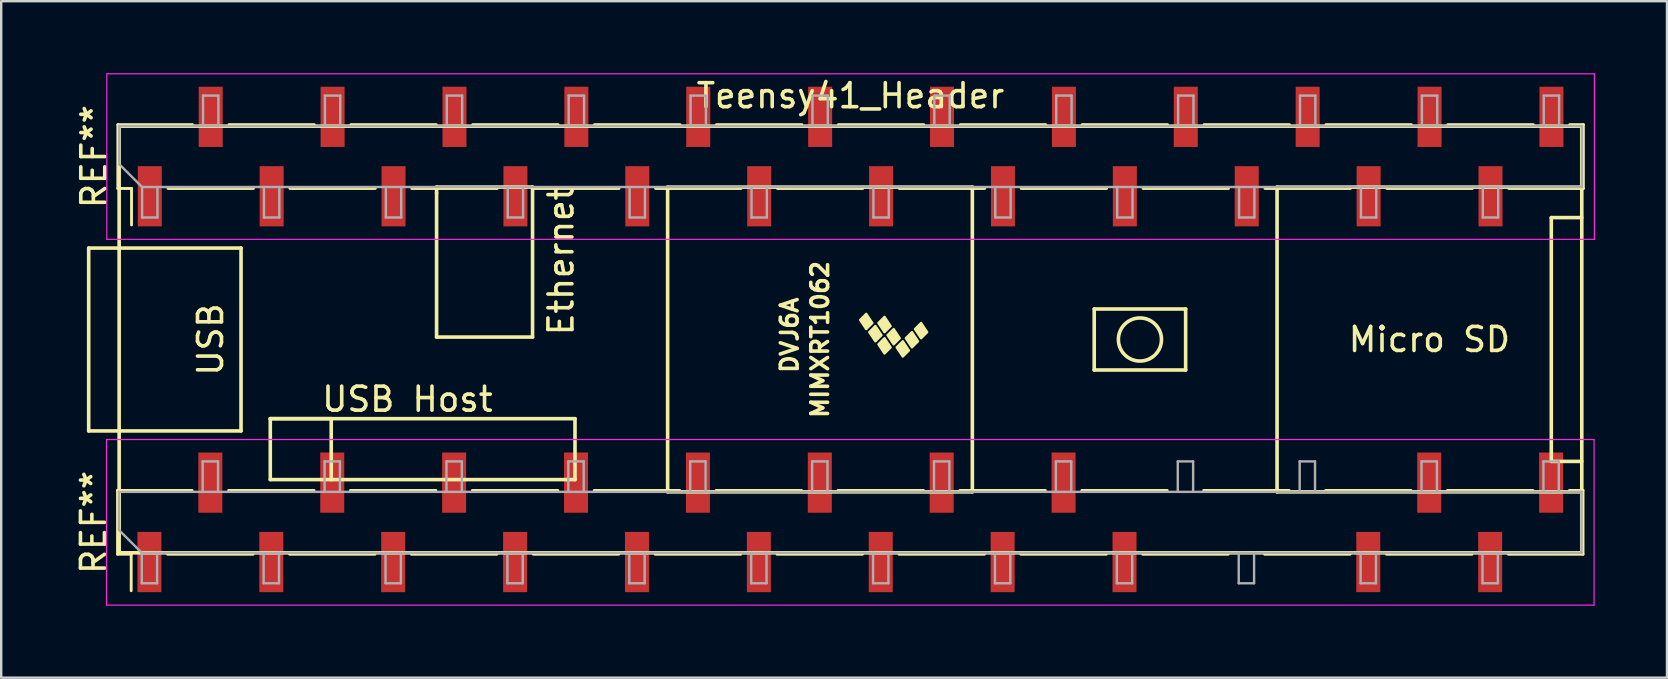
<source format=kicad_pcb>
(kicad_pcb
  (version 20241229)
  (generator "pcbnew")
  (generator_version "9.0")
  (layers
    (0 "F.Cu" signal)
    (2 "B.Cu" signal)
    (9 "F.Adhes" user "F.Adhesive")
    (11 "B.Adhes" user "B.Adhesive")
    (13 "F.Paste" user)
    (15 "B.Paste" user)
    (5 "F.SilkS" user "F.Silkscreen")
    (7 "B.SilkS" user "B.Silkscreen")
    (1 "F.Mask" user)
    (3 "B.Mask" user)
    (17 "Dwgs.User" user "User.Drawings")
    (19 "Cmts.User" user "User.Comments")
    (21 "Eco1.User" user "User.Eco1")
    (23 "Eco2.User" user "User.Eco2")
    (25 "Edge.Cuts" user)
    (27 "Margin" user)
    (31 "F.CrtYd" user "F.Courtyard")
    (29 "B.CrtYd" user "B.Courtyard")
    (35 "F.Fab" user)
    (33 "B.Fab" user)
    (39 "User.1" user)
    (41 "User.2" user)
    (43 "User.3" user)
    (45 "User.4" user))
  (footprint "Teensy41_Header"
    (layer "F.Cu")
    (at 32.396 11.1)
    (property "Reference" "Teensy41_Header" (at 0 -10.16 0) (layer "F.SilkS") (effects (font (size 1 1) (thickness 0.15))))
    (attr through_hole)
    (fp_line (start -31.75 -3.81) (end -30.48 -3.81) (stroke (width 0.15) (type solid)) (layer "F.SilkS"))
    (fp_line (start -31.75 3.81) (end -31.75 -3.81) (stroke (width 0.15) (type solid)) (layer "F.SilkS"))
    (fp_line (start -30.548 6.29) (end -27.438 6.29) (stroke (width 0.12) (type solid)) (layer "F.SilkS"))
    (fp_line (start -30.548 8.95) (end -30.548 6.29) (stroke (width 0.12) (type solid)) (layer "F.SilkS"))
    (fp_line (start -30.548 8.95) (end -29.978 8.95) (stroke (width 0.12) (type solid)) (layer "F.SilkS"))
    (fp_line (start -30.534 -8.955) (end -27.424 -8.955) (stroke (width 0.12) (type solid)) (layer "F.SilkS"))
    (fp_line (start -30.534 -6.295) (end -30.534 -8.955) (stroke (width 0.12) (type solid)) (layer "F.SilkS"))
    (fp_line (start -30.534 -6.295) (end -29.964 -6.295) (stroke (width 0.12) (type solid)) (layer "F.SilkS"))
    (fp_line (start -30.48 -8.89) (end 30.48 -8.89) (stroke (width 0.15) (type solid)) (layer "F.SilkS"))
    (fp_line (start -30.48 3.81) (end -31.75 3.81) (stroke (width 0.15) (type solid)) (layer "F.SilkS"))
    (fp_line (start -30.48 8.89) (end -30.48 -8.89) (stroke (width 0.15) (type solid)) (layer "F.SilkS"))
    (fp_line (start -29.978 8.95) (end -29.978 10.47) (stroke (width 0.12) (type solid)) (layer "F.SilkS"))
    (fp_line (start -29.964 -6.295) (end -29.964 -4.775) (stroke (width 0.12) (type solid)) (layer "F.SilkS"))
    (fp_line (start -28.458 8.95) (end -24.898 8.95) (stroke (width 0.12) (type solid)) (layer "F.SilkS"))
    (fp_line (start -28.444 -6.295) (end -24.884 -6.295) (stroke (width 0.12) (type solid)) (layer "F.SilkS"))
    (fp_line (start -25.918 6.29) (end -22.358 6.29) (stroke (width 0.12) (type solid)) (layer "F.SilkS"))
    (fp_line (start -25.904 -8.955) (end -22.344 -8.955) (stroke (width 0.12) (type solid)) (layer "F.SilkS"))
    (fp_line (start -25.4 -3.81) (end -30.48 -3.81) (stroke (width 0.15) (type solid)) (layer "F.SilkS"))
    (fp_line (start -25.4 3.81) (end -30.48 3.81) (stroke (width 0.15) (type solid)) (layer "F.SilkS"))
    (fp_line (start -25.4 3.81) (end -25.4 -3.81) (stroke (width 0.15) (type solid)) (layer "F.SilkS"))
    (fp_line (start -24.181 3.299) (end -21.641 3.299) (stroke (width 0.15) (type solid)) (layer "F.SilkS"))
    (fp_line (start -24.181 3.299) (end -11.481 3.299) (stroke (width 0.15) (type solid)) (layer "F.SilkS"))
    (fp_line (start -24.181 5.839) (end -24.181 3.299) (stroke (width 0.15) (type solid)) (layer "F.SilkS"))
    (fp_line (start -23.378 8.95) (end -19.818 8.95) (stroke (width 0.12) (type solid)) (layer "F.SilkS"))
    (fp_line (start -23.364 -6.295) (end -19.804 -6.295) (stroke (width 0.12) (type solid)) (layer "F.SilkS"))
    (fp_line (start -21.641 3.299) (end -21.641 5.839) (stroke (width 0.15) (type solid)) (layer "F.SilkS"))
    (fp_line (start -20.838 6.29) (end -17.278 6.29) (stroke (width 0.12) (type solid)) (layer "F.SilkS"))
    (fp_line (start -20.824 -8.955) (end -17.264 -8.955) (stroke (width 0.12) (type solid)) (layer "F.SilkS"))
    (fp_line (start -18.298 8.95) (end -14.738 8.95) (stroke (width 0.12) (type solid)) (layer "F.SilkS"))
    (fp_line (start -18.284 -6.295) (end -14.724 -6.295) (stroke (width 0.12) (type solid)) (layer "F.SilkS"))
    (fp_line (start -17.25 -6.352) (end -17.25 -6.102) (stroke (width 0.15) (type solid)) (layer "F.SilkS"))
    (fp_line (start -17.25 -6.102) (end -17.25 -0.102) (stroke (width 0.15) (type solid)) (layer "F.SilkS"))
    (fp_line (start -17.25 -0.102) (end -13.25 -0.102) (stroke (width 0.15) (type solid)) (layer "F.SilkS"))
    (fp_line (start -15.758 6.29) (end -12.198 6.29) (stroke (width 0.12) (type solid)) (layer "F.SilkS"))
    (fp_line (start -15.744 -8.955) (end -12.184 -8.955) (stroke (width 0.12) (type solid)) (layer "F.SilkS"))
    (fp_line (start -13.25 -6.352) (end -17.25 -6.352) (stroke (width 0.15) (type solid)) (layer "F.SilkS"))
    (fp_line (start -13.25 -0.102) (end -13.25 -6.352) (stroke (width 0.15) (type solid)) (layer "F.SilkS"))
    (fp_line (start -13.218 8.95) (end -9.658 8.95) (stroke (width 0.12) (type solid)) (layer "F.SilkS"))
    (fp_line (start -13.204 -6.295) (end -9.644 -6.295) (stroke (width 0.12) (type solid)) (layer "F.SilkS"))
    (fp_line (start -11.481 3.299) (end -11.481 5.839) (stroke (width 0.15) (type solid)) (layer "F.SilkS"))
    (fp_line (start -11.481 5.839) (end -24.181 5.839) (stroke (width 0.15) (type solid)) (layer "F.SilkS"))
    (fp_line (start -10.678 6.29) (end -7.118 6.29) (stroke (width 0.12) (type solid)) (layer "F.SilkS"))
    (fp_line (start -10.664 -8.955) (end -7.104 -8.955) (stroke (width 0.12) (type solid)) (layer "F.SilkS"))
    (fp_line (start -8.138 8.95) (end -4.578 8.95) (stroke (width 0.12) (type solid)) (layer "F.SilkS"))
    (fp_line (start -8.124 -6.295) (end -4.564 -6.295) (stroke (width 0.12) (type solid)) (layer "F.SilkS"))
    (fp_line (start -7.62 -6.35) (end -7.62 6.35) (stroke (width 0.15) (type solid)) (layer "F.SilkS"))
    (fp_line (start -7.62 6.35) (end 5.08 6.35) (stroke (width 0.15) (type solid)) (layer "F.SilkS"))
    (fp_line (start -5.598 6.29) (end -2.038 6.29) (stroke (width 0.12) (type solid)) (layer "F.SilkS"))
    (fp_line (start -5.584 -8.955) (end -2.024 -8.955) (stroke (width 0.12) (type solid)) (layer "F.SilkS"))
    (fp_line (start -3.058 8.95) (end 0.502 8.95) (stroke (width 0.12) (type solid)) (layer "F.SilkS"))
    (fp_line (start -3.044 -6.295) (end 0.516 -6.295) (stroke (width 0.12) (type solid)) (layer "F.SilkS"))
    (fp_line (start -0.518 6.29) (end 3.042 6.29) (stroke (width 0.12) (type solid)) (layer "F.SilkS"))
    (fp_line (start -0.504 -8.955) (end 3.056 -8.955) (stroke (width 0.12) (type solid)) (layer "F.SilkS"))
    (fp_line (start 2.022 8.95) (end 5.582 8.95) (stroke (width 0.12) (type solid)) (layer "F.SilkS"))
    (fp_line (start 2.036 -6.295) (end 5.596 -6.295) (stroke (width 0.12) (type solid)) (layer "F.SilkS"))
    (fp_line (start 4.562 6.29) (end 8.122 6.29) (stroke (width 0.12) (type solid)) (layer "F.SilkS"))
    (fp_line (start 4.576 -8.955) (end 8.136 -8.955) (stroke (width 0.12) (type solid)) (layer "F.SilkS"))
    (fp_line (start 5.08 -6.35) (end -7.62 -6.35) (stroke (width 0.15) (type solid)) (layer "F.SilkS"))
    (fp_line (start 5.08 6.35) (end 5.08 -6.35) (stroke (width 0.15) (type solid)) (layer "F.SilkS"))
    (fp_line (start 7.102 8.95) (end 10.662 8.95) (stroke (width 0.12) (type solid)) (layer "F.SilkS"))
    (fp_line (start 7.116 -6.295) (end 10.676 -6.295) (stroke (width 0.12) (type solid)) (layer "F.SilkS"))
    (fp_line (start 9.642 6.29) (end 13.202 6.29) (stroke (width 0.12) (type solid)) (layer "F.SilkS"))
    (fp_line (start 9.656 -8.955) (end 13.216 -8.955) (stroke (width 0.12) (type solid)) (layer "F.SilkS"))
    (fp_line (start 10.16 -1.27) (end 13.97 -1.27) (stroke (width 0.15) (type solid)) (layer "F.SilkS"))
    (fp_line (start 10.16 1.27) (end 10.16 -1.27) (stroke (width 0.15) (type solid)) (layer "F.SilkS"))
    (fp_line (start 12.182 8.95) (end 15.742 8.95) (stroke (width 0.12) (type solid)) (layer "F.SilkS"))
    (fp_line (start 12.196 -6.295) (end 15.756 -6.295) (stroke (width 0.12) (type solid)) (layer "F.SilkS"))
    (fp_line (start 13.97 -1.27) (end 13.97 1.27) (stroke (width 0.15) (type solid)) (layer "F.SilkS"))
    (fp_line (start 13.97 1.27) (end 10.16 1.27) (stroke (width 0.15) (type solid)) (layer "F.SilkS"))
    (fp_line (start 14.722 6.29) (end 18.282 6.29) (stroke (width 0.12) (type solid)) (layer "F.SilkS"))
    (fp_line (start 14.736 -8.955) (end 18.296 -8.955) (stroke (width 0.12) (type solid)) (layer "F.SilkS"))
    (fp_line (start 17.262 8.95) (end 20.822 8.95) (stroke (width 0.12) (type solid)) (layer "F.SilkS"))
    (fp_line (start 17.276 -6.295) (end 20.836 -6.295) (stroke (width 0.12) (type solid)) (layer "F.SilkS"))
    (fp_line (start 17.78 -6.35) (end 17.78 6.35) (stroke (width 0.15) (type solid)) (layer "F.SilkS"))
    (fp_line (start 17.78 6.35) (end 30.48 6.35) (stroke (width 0.15) (type solid)) (layer "F.SilkS"))
    (fp_line (start 19.802 6.29) (end 23.362 6.29) (stroke (width 0.12) (type solid)) (layer "F.SilkS"))
    (fp_line (start 19.816 -8.955) (end 23.376 -8.955) (stroke (width 0.12) (type solid)) (layer "F.SilkS"))
    (fp_line (start 22.342 8.95) (end 25.902 8.95) (stroke (width 0.12) (type solid)) (layer "F.SilkS"))
    (fp_line (start 22.356 -6.295) (end 25.916 -6.295) (stroke (width 0.12) (type solid)) (layer "F.SilkS"))
    (fp_line (start 24.882 6.29) (end 28.442 6.29) (stroke (width 0.12) (type solid)) (layer "F.SilkS"))
    (fp_line (start 24.896 -8.955) (end 28.456 -8.955) (stroke (width 0.12) (type solid)) (layer "F.SilkS"))
    (fp_line (start 27.422 8.95) (end 30.532 8.95) (stroke (width 0.12) (type solid)) (layer "F.SilkS"))
    (fp_line (start 27.436 -6.295) (end 30.546 -6.295) (stroke (width 0.12) (type solid)) (layer "F.SilkS"))
    (fp_line (start 29.21 -5.08) (end 29.21 5.08) (stroke (width 0.15) (type solid)) (layer "F.SilkS"))
    (fp_line (start 29.21 5.08) (end 30.48 5.08) (stroke (width 0.15) (type solid)) (layer "F.SilkS"))
    (fp_line (start 29.962 6.29) (end 30.532 6.29) (stroke (width 0.12) (type solid)) (layer "F.SilkS"))
    (fp_line (start 29.976 -8.955) (end 30.546 -8.955) (stroke (width 0.12) (type solid)) (layer "F.SilkS"))
    (fp_line (start 30.48 -8.89) (end 30.48 8.89) (stroke (width 0.15) (type solid)) (layer "F.SilkS"))
    (fp_line (start 30.48 -6.35) (end 17.78 -6.35) (stroke (width 0.15) (type solid)) (layer "F.SilkS"))
    (fp_line (start 30.48 -5.08) (end 29.21 -5.08) (stroke (width 0.15) (type solid)) (layer "F.SilkS"))
    (fp_line (start 30.48 8.89) (end -30.48 8.89) (stroke (width 0.15) (type solid)) (layer "F.SilkS"))
    (fp_line (start 30.532 8.95) (end 30.532 6.29) (stroke (width 0.12) (type solid)) (layer "F.SilkS"))
    (fp_line (start 30.546 -6.295) (end 30.546 -8.955) (stroke (width 0.12) (type solid)) (layer "F.SilkS"))
    (fp_circle (center 12.065 0) (end 12.7 -0.635) (stroke (width 0.15) (type solid)) (fill no) (layer "F.SilkS"))
    (fp_poly (pts (xy 0.911 -0.688) (xy 0.657 -0.434) (xy 0.403 -0.815) (xy 0.657 -1.069)) (stroke (width 0.1) (type solid)) (fill yes) (layer "F.SilkS"))
    (fp_poly (pts (xy 1.292 -0.18) (xy 1.038 0.074) (xy 0.784 -0.307) (xy 1.038 -0.561)) (stroke (width 0.1) (type solid)) (fill yes) (layer "F.SilkS"))
    (fp_poly (pts (xy 1.673 -0.561) (xy 1.419 -0.307) (xy 1.165 -0.688) (xy 1.419 -0.942)) (stroke (width 0.1) (type solid)) (fill yes) (layer "F.SilkS"))
    (fp_poly (pts (xy 1.673 0.328) (xy 1.419 0.582) (xy 1.165 0.201) (xy 1.419 -0.053)) (stroke (width 0.1) (type solid)) (fill yes) (layer "F.SilkS"))
    (fp_poly (pts (xy 2.054 -0.053) (xy 1.8 0.201) (xy 1.546 -0.18) (xy 1.8 -0.434)) (stroke (width 0.1) (type solid)) (fill yes) (layer "F.SilkS"))
    (fp_poly (pts (xy 2.435 0.455) (xy 2.181 0.709) (xy 1.927 0.328) (xy 2.181 0.074)) (stroke (width 0.1) (type solid)) (fill yes) (layer "F.SilkS"))
    (fp_poly (pts (xy 2.816 0.074) (xy 2.562 0.328) (xy 2.308 -0.053) (xy 2.562 -0.307)) (stroke (width 0.1) (type solid)) (fill yes) (layer "F.SilkS"))
    (fp_poly (pts (xy 3.197 -0.307) (xy 2.943 -0.053) (xy 2.689 -0.434) (xy 2.943 -0.688)) (stroke (width 0.1) (type solid)) (fill yes) (layer "F.SilkS"))
    (fp_line (start -31.008 4.17) (end -31.008 11.07) (stroke (width 0.05) (type solid)) (layer "F.CrtYd"))
    (fp_line (start -31.008 11.07) (end 30.992 11.07) (stroke (width 0.05) (type solid)) (layer "F.CrtYd"))
    (fp_line (start -30.994 -11.075) (end -30.994 -4.175) (stroke (width 0.05) (type solid)) (layer "F.CrtYd"))
    (fp_line (start -30.994 -4.175) (end 31.006 -4.175) (stroke (width 0.05) (type solid)) (layer "F.CrtYd"))
    (fp_line (start 30.992 4.17) (end -31.008 4.17) (stroke (width 0.05) (type solid)) (layer "F.CrtYd"))
    (fp_line (start 30.992 11.07) (end 30.992 4.17) (stroke (width 0.05) (type solid)) (layer "F.CrtYd"))
    (fp_line (start 31.006 -11.075) (end -30.994 -11.075) (stroke (width 0.05) (type solid)) (layer "F.CrtYd"))
    (fp_line (start 31.006 -4.175) (end 31.006 -11.075) (stroke (width 0.05) (type solid)) (layer "F.CrtYd"))
    (fp_line (start -30.488 6.35) (end 30.472 6.35) (stroke (width 0.1) (type solid)) (layer "F.Fab"))
    (fp_line (start -30.488 7.94) (end -30.488 6.35) (stroke (width 0.1) (type solid)) (layer "F.Fab"))
    (fp_line (start -30.474 -8.895) (end 30.486 -8.895) (stroke (width 0.1) (type solid)) (layer "F.Fab"))
    (fp_line (start -30.474 -7.305) (end -30.474 -8.895) (stroke (width 0.1) (type solid)) (layer "F.Fab"))
    (fp_line (start -29.538 8.89) (end -30.488 7.94) (stroke (width 0.1) (type solid)) (layer "F.Fab"))
    (fp_line (start -29.538 8.89) (end -29.538 10.16) (stroke (width 0.1) (type solid)) (layer "F.Fab"))
    (fp_line (start -29.538 10.16) (end -28.898 10.16) (stroke (width 0.1) (type solid)) (layer "F.Fab"))
    (fp_line (start -29.524 -6.355) (end -30.474 -7.305) (stroke (width 0.1) (type solid)) (layer "F.Fab"))
    (fp_line (start -29.524 -6.355) (end -29.524 -5.085) (stroke (width 0.1) (type solid)) (layer "F.Fab"))
    (fp_line (start -29.524 -5.085) (end -28.884 -5.085) (stroke (width 0.1) (type solid)) (layer "F.Fab"))
    (fp_line (start -28.898 10.16) (end -28.898 8.89) (stroke (width 0.1) (type solid)) (layer "F.Fab"))
    (fp_line (start -28.884 -5.085) (end -28.884 -6.355) (stroke (width 0.1) (type solid)) (layer "F.Fab"))
    (fp_line (start -26.998 5.08) (end -26.358 5.08) (stroke (width 0.1) (type solid)) (layer "F.Fab"))
    (fp_line (start -26.998 6.35) (end -26.998 5.08) (stroke (width 0.1) (type solid)) (layer "F.Fab"))
    (fp_line (start -26.984 -10.165) (end -26.344 -10.165) (stroke (width 0.1) (type solid)) (layer "F.Fab"))
    (fp_line (start -26.984 -8.895) (end -26.984 -10.165) (stroke (width 0.1) (type solid)) (layer "F.Fab"))
    (fp_line (start -26.358 5.08) (end -26.358 6.35) (stroke (width 0.1) (type solid)) (layer "F.Fab"))
    (fp_line (start -26.344 -10.165) (end -26.344 -8.895) (stroke (width 0.1) (type solid)) (layer "F.Fab"))
    (fp_line (start -24.458 8.89) (end -24.458 10.16) (stroke (width 0.1) (type solid)) (layer "F.Fab"))
    (fp_line (start -24.458 10.16) (end -23.818 10.16) (stroke (width 0.1) (type solid)) (layer "F.Fab"))
    (fp_line (start -24.444 -6.355) (end -24.444 -5.085) (stroke (width 0.1) (type solid)) (layer "F.Fab"))
    (fp_line (start -24.444 -5.085) (end -23.804 -5.085) (stroke (width 0.1) (type solid)) (layer "F.Fab"))
    (fp_line (start -23.818 10.16) (end -23.818 8.89) (stroke (width 0.1) (type solid)) (layer "F.Fab"))
    (fp_line (start -23.804 -5.085) (end -23.804 -6.355) (stroke (width 0.1) (type solid)) (layer "F.Fab"))
    (fp_line (start -21.918 5.08) (end -21.278 5.08) (stroke (width 0.1) (type solid)) (layer "F.Fab"))
    (fp_line (start -21.918 6.35) (end -21.918 5.08) (stroke (width 0.1) (type solid)) (layer "F.Fab"))
    (fp_line (start -21.904 -10.165) (end -21.264 -10.165) (stroke (width 0.1) (type solid)) (layer "F.Fab"))
    (fp_line (start -21.904 -8.895) (end -21.904 -10.165) (stroke (width 0.1) (type solid)) (layer "F.Fab"))
    (fp_line (start -21.278 5.08) (end -21.278 6.35) (stroke (width 0.1) (type solid)) (layer "F.Fab"))
    (fp_line (start -21.264 -10.165) (end -21.264 -8.895) (stroke (width 0.1) (type solid)) (layer "F.Fab"))
    (fp_line (start -19.378 8.89) (end -19.378 10.16) (stroke (width 0.1) (type solid)) (layer "F.Fab"))
    (fp_line (start -19.378 10.16) (end -18.738 10.16) (stroke (width 0.1) (type solid)) (layer "F.Fab"))
    (fp_line (start -19.364 -6.355) (end -19.364 -5.085) (stroke (width 0.1) (type solid)) (layer "F.Fab"))
    (fp_line (start -19.364 -5.085) (end -18.724 -5.085) (stroke (width 0.1) (type solid)) (layer "F.Fab"))
    (fp_line (start -18.738 10.16) (end -18.738 8.89) (stroke (width 0.1) (type solid)) (layer "F.Fab"))
    (fp_line (start -18.724 -5.085) (end -18.724 -6.355) (stroke (width 0.1) (type solid)) (layer "F.Fab"))
    (fp_line (start -16.838 5.08) (end -16.198 5.08) (stroke (width 0.1) (type solid)) (layer "F.Fab"))
    (fp_line (start -16.838 6.35) (end -16.838 5.08) (stroke (width 0.1) (type solid)) (layer "F.Fab"))
    (fp_line (start -16.824 -10.165) (end -16.184 -10.165) (stroke (width 0.1) (type solid)) (layer "F.Fab"))
    (fp_line (start -16.824 -8.895) (end -16.824 -10.165) (stroke (width 0.1) (type solid)) (layer "F.Fab"))
    (fp_line (start -16.198 5.08) (end -16.198 6.35) (stroke (width 0.1) (type solid)) (layer "F.Fab"))
    (fp_line (start -16.184 -10.165) (end -16.184 -8.895) (stroke (width 0.1) (type solid)) (layer "F.Fab"))
    (fp_line (start -14.298 8.89) (end -14.298 10.16) (stroke (width 0.1) (type solid)) (layer "F.Fab"))
    (fp_line (start -14.298 10.16) (end -13.658 10.16) (stroke (width 0.1) (type solid)) (layer "F.Fab"))
    (fp_line (start -14.284 -6.355) (end -14.284 -5.085) (stroke (width 0.1) (type solid)) (layer "F.Fab"))
    (fp_line (start -14.284 -5.085) (end -13.644 -5.085) (stroke (width 0.1) (type solid)) (layer "F.Fab"))
    (fp_line (start -13.658 10.16) (end -13.658 8.89) (stroke (width 0.1) (type solid)) (layer "F.Fab"))
    (fp_line (start -13.644 -5.085) (end -13.644 -6.355) (stroke (width 0.1) (type solid)) (layer "F.Fab"))
    (fp_line (start -11.758 5.08) (end -11.118 5.08) (stroke (width 0.1) (type solid)) (layer "F.Fab"))
    (fp_line (start -11.758 6.35) (end -11.758 5.08) (stroke (width 0.1) (type solid)) (layer "F.Fab"))
    (fp_line (start -11.744 -10.165) (end -11.104 -10.165) (stroke (width 0.1) (type solid)) (layer "F.Fab"))
    (fp_line (start -11.744 -8.895) (end -11.744 -10.165) (stroke (width 0.1) (type solid)) (layer "F.Fab"))
    (fp_line (start -11.118 5.08) (end -11.118 6.35) (stroke (width 0.1) (type solid)) (layer "F.Fab"))
    (fp_line (start -11.104 -10.165) (end -11.104 -8.895) (stroke (width 0.1) (type solid)) (layer "F.Fab"))
    (fp_line (start -9.218 8.89) (end -9.218 10.16) (stroke (width 0.1) (type solid)) (layer "F.Fab"))
    (fp_line (start -9.218 10.16) (end -8.578 10.16) (stroke (width 0.1) (type solid)) (layer "F.Fab"))
    (fp_line (start -9.204 -6.355) (end -9.204 -5.085) (stroke (width 0.1) (type solid)) (layer "F.Fab"))
    (fp_line (start -9.204 -5.085) (end -8.564 -5.085) (stroke (width 0.1) (type solid)) (layer "F.Fab"))
    (fp_line (start -8.578 10.16) (end -8.578 8.89) (stroke (width 0.1) (type solid)) (layer "F.Fab"))
    (fp_line (start -8.564 -5.085) (end -8.564 -6.355) (stroke (width 0.1) (type solid)) (layer "F.Fab"))
    (fp_line (start -6.678 5.08) (end -6.038 5.08) (stroke (width 0.1) (type solid)) (layer "F.Fab"))
    (fp_line (start -6.678 6.35) (end -6.678 5.08) (stroke (width 0.1) (type solid)) (layer "F.Fab"))
    (fp_line (start -6.664 -10.165) (end -6.024 -10.165) (stroke (width 0.1) (type solid)) (layer "F.Fab"))
    (fp_line (start -6.664 -8.895) (end -6.664 -10.165) (stroke (width 0.1) (type solid)) (layer "F.Fab"))
    (fp_line (start -6.038 5.08) (end -6.038 6.35) (stroke (width 0.1) (type solid)) (layer "F.Fab"))
    (fp_line (start -6.024 -10.165) (end -6.024 -8.895) (stroke (width 0.1) (type solid)) (layer "F.Fab"))
    (fp_line (start -4.138 8.89) (end -4.138 10.16) (stroke (width 0.1) (type solid)) (layer "F.Fab"))
    (fp_line (start -4.138 10.16) (end -3.498 10.16) (stroke (width 0.1) (type solid)) (layer "F.Fab"))
    (fp_line (start -4.124 -6.355) (end -4.124 -5.085) (stroke (width 0.1) (type solid)) (layer "F.Fab"))
    (fp_line (start -4.124 -5.085) (end -3.484 -5.085) (stroke (width 0.1) (type solid)) (layer "F.Fab"))
    (fp_line (start -3.498 10.16) (end -3.498 8.89) (stroke (width 0.1) (type solid)) (layer "F.Fab"))
    (fp_line (start -3.484 -5.085) (end -3.484 -6.355) (stroke (width 0.1) (type solid)) (layer "F.Fab"))
    (fp_line (start -1.598 5.08) (end -0.958 5.08) (stroke (width 0.1) (type solid)) (layer "F.Fab"))
    (fp_line (start -1.598 6.35) (end -1.598 5.08) (stroke (width 0.1) (type solid)) (layer "F.Fab"))
    (fp_line (start -1.584 -10.165) (end -0.944 -10.165) (stroke (width 0.1) (type solid)) (layer "F.Fab"))
    (fp_line (start -1.584 -8.895) (end -1.584 -10.165) (stroke (width 0.1) (type solid)) (layer "F.Fab"))
    (fp_line (start -0.958 5.08) (end -0.958 6.35) (stroke (width 0.1) (type solid)) (layer "F.Fab"))
    (fp_line (start -0.944 -10.165) (end -0.944 -8.895) (stroke (width 0.1) (type solid)) (layer "F.Fab"))
    (fp_line (start 0.942 8.89) (end 0.942 10.16) (stroke (width 0.1) (type solid)) (layer "F.Fab"))
    (fp_line (start 0.942 10.16) (end 1.582 10.16) (stroke (width 0.1) (type solid)) (layer "F.Fab"))
    (fp_line (start 0.956 -6.355) (end 0.956 -5.085) (stroke (width 0.1) (type solid)) (layer "F.Fab"))
    (fp_line (start 0.956 -5.085) (end 1.596 -5.085) (stroke (width 0.1) (type solid)) (layer "F.Fab"))
    (fp_line (start 1.582 10.16) (end 1.582 8.89) (stroke (width 0.1) (type solid)) (layer "F.Fab"))
    (fp_line (start 1.596 -5.085) (end 1.596 -6.355) (stroke (width 0.1) (type solid)) (layer "F.Fab"))
    (fp_line (start 3.482 5.08) (end 4.122 5.08) (stroke (width 0.1) (type solid)) (layer "F.Fab"))
    (fp_line (start 3.482 6.35) (end 3.482 5.08) (stroke (width 0.1) (type solid)) (layer "F.Fab"))
    (fp_line (start 3.496 -10.165) (end 4.136 -10.165) (stroke (width 0.1) (type solid)) (layer "F.Fab"))
    (fp_line (start 3.496 -8.895) (end 3.496 -10.165) (stroke (width 0.1) (type solid)) (layer "F.Fab"))
    (fp_line (start 4.122 5.08) (end 4.122 6.35) (stroke (width 0.1) (type solid)) (layer "F.Fab"))
    (fp_line (start 4.136 -10.165) (end 4.136 -8.895) (stroke (width 0.1) (type solid)) (layer "F.Fab"))
    (fp_line (start 6.022 8.89) (end 6.022 10.16) (stroke (width 0.1) (type solid)) (layer "F.Fab"))
    (fp_line (start 6.022 10.16) (end 6.662 10.16) (stroke (width 0.1) (type solid)) (layer "F.Fab"))
    (fp_line (start 6.036 -6.355) (end 6.036 -5.085) (stroke (width 0.1) (type solid)) (layer "F.Fab"))
    (fp_line (start 6.036 -5.085) (end 6.676 -5.085) (stroke (width 0.1) (type solid)) (layer "F.Fab"))
    (fp_line (start 6.662 10.16) (end 6.662 8.89) (stroke (width 0.1) (type solid)) (layer "F.Fab"))
    (fp_line (start 6.676 -5.085) (end 6.676 -6.355) (stroke (width 0.1) (type solid)) (layer "F.Fab"))
    (fp_line (start 8.562 5.08) (end 9.202 5.08) (stroke (width 0.1) (type solid)) (layer "F.Fab"))
    (fp_line (start 8.562 6.35) (end 8.562 5.08) (stroke (width 0.1) (type solid)) (layer "F.Fab"))
    (fp_line (start 8.576 -10.165) (end 9.216 -10.165) (stroke (width 0.1) (type solid)) (layer "F.Fab"))
    (fp_line (start 8.576 -8.895) (end 8.576 -10.165) (stroke (width 0.1) (type solid)) (layer "F.Fab"))
    (fp_line (start 9.202 5.08) (end 9.202 6.35) (stroke (width 0.1) (type solid)) (layer "F.Fab"))
    (fp_line (start 9.216 -10.165) (end 9.216 -8.895) (stroke (width 0.1) (type solid)) (layer "F.Fab"))
    (fp_line (start 11.102 8.89) (end 11.102 10.16) (stroke (width 0.1) (type solid)) (layer "F.Fab"))
    (fp_line (start 11.102 10.16) (end 11.742 10.16) (stroke (width 0.1) (type solid)) (layer "F.Fab"))
    (fp_line (start 11.116 -6.355) (end 11.116 -5.085) (stroke (width 0.1) (type solid)) (layer "F.Fab"))
    (fp_line (start 11.116 -5.085) (end 11.756 -5.085) (stroke (width 0.1) (type solid)) (layer "F.Fab"))
    (fp_line (start 11.742 10.16) (end 11.742 8.89) (stroke (width 0.1) (type solid)) (layer "F.Fab"))
    (fp_line (start 11.756 -5.085) (end 11.756 -6.355) (stroke (width 0.1) (type solid)) (layer "F.Fab"))
    (fp_line (start 13.642 5.08) (end 14.282 5.08) (stroke (width 0.1) (type solid)) (layer "F.Fab"))
    (fp_line (start 13.642 6.35) (end 13.642 5.08) (stroke (width 0.1) (type solid)) (layer "F.Fab"))
    (fp_line (start 13.656 -10.165) (end 14.296 -10.165) (stroke (width 0.1) (type solid)) (layer "F.Fab"))
    (fp_line (start 13.656 -8.895) (end 13.656 -10.165) (stroke (width 0.1) (type solid)) (layer "F.Fab"))
    (fp_line (start 14.282 5.08) (end 14.282 6.35) (stroke (width 0.1) (type solid)) (layer "F.Fab"))
    (fp_line (start 14.296 -10.165) (end 14.296 -8.895) (stroke (width 0.1) (type solid)) (layer "F.Fab"))
    (fp_line (start 16.182 8.89) (end 16.182 10.16) (stroke (width 0.1) (type solid)) (layer "F.Fab"))
    (fp_line (start 16.182 10.16) (end 16.822 10.16) (stroke (width 0.1) (type solid)) (layer "F.Fab"))
    (fp_line (start 16.196 -6.355) (end 16.196 -5.085) (stroke (width 0.1) (type solid)) (layer "F.Fab"))
    (fp_line (start 16.196 -5.085) (end 16.836 -5.085) (stroke (width 0.1) (type solid)) (layer "F.Fab"))
    (fp_line (start 16.822 10.16) (end 16.822 8.89) (stroke (width 0.1) (type solid)) (layer "F.Fab"))
    (fp_line (start 16.836 -5.085) (end 16.836 -6.355) (stroke (width 0.1) (type solid)) (layer "F.Fab"))
    (fp_line (start 18.722 5.08) (end 19.362 5.08) (stroke (width 0.1) (type solid)) (layer "F.Fab"))
    (fp_line (start 18.722 6.35) (end 18.722 5.08) (stroke (width 0.1) (type solid)) (layer "F.Fab"))
    (fp_line (start 18.736 -10.165) (end 19.376 -10.165) (stroke (width 0.1) (type solid)) (layer "F.Fab"))
    (fp_line (start 18.736 -8.895) (end 18.736 -10.165) (stroke (width 0.1) (type solid)) (layer "F.Fab"))
    (fp_line (start 19.362 5.08) (end 19.362 6.35) (stroke (width 0.1) (type solid)) (layer "F.Fab"))
    (fp_line (start 19.376 -10.165) (end 19.376 -8.895) (stroke (width 0.1) (type solid)) (layer "F.Fab"))
    (fp_line (start 21.262 8.89) (end 21.262 10.16) (stroke (width 0.1) (type solid)) (layer "F.Fab"))
    (fp_line (start 21.262 10.16) (end 21.902 10.16) (stroke (width 0.1) (type solid)) (layer "F.Fab"))
    (fp_line (start 21.276 -6.355) (end 21.276 -5.085) (stroke (width 0.1) (type solid)) (layer "F.Fab"))
    (fp_line (start 21.276 -5.085) (end 21.916 -5.085) (stroke (width 0.1) (type solid)) (layer "F.Fab"))
    (fp_line (start 21.902 10.16) (end 21.902 8.89) (stroke (width 0.1) (type solid)) (layer "F.Fab"))
    (fp_line (start 21.916 -5.085) (end 21.916 -6.355) (stroke (width 0.1) (type solid)) (layer "F.Fab"))
    (fp_line (start 23.802 5.08) (end 24.442 5.08) (stroke (width 0.1) (type solid)) (layer "F.Fab"))
    (fp_line (start 23.802 6.35) (end 23.802 5.08) (stroke (width 0.1) (type solid)) (layer "F.Fab"))
    (fp_line (start 23.816 -10.165) (end 24.456 -10.165) (stroke (width 0.1) (type solid)) (layer "F.Fab"))
    (fp_line (start 23.816 -8.895) (end 23.816 -10.165) (stroke (width 0.1) (type solid)) (layer "F.Fab"))
    (fp_line (start 24.442 5.08) (end 24.442 6.35) (stroke (width 0.1) (type solid)) (layer "F.Fab"))
    (fp_line (start 24.456 -10.165) (end 24.456 -8.895) (stroke (width 0.1) (type solid)) (layer "F.Fab"))
    (fp_line (start 26.342 8.89) (end 26.342 10.16) (stroke (width 0.1) (type solid)) (layer "F.Fab"))
    (fp_line (start 26.342 10.16) (end 26.982 10.16) (stroke (width 0.1) (type solid)) (layer "F.Fab"))
    (fp_line (start 26.356 -6.355) (end 26.356 -5.085) (stroke (width 0.1) (type solid)) (layer "F.Fab"))
    (fp_line (start 26.356 -5.085) (end 26.996 -5.085) (stroke (width 0.1) (type solid)) (layer "F.Fab"))
    (fp_line (start 26.982 10.16) (end 26.982 8.89) (stroke (width 0.1) (type solid)) (layer "F.Fab"))
    (fp_line (start 26.996 -5.085) (end 26.996 -6.355) (stroke (width 0.1) (type solid)) (layer "F.Fab"))
    (fp_line (start 28.882 5.08) (end 29.522 5.08) (stroke (width 0.1) (type solid)) (layer "F.Fab"))
    (fp_line (start 28.882 6.35) (end 28.882 5.08) (stroke (width 0.1) (type solid)) (layer "F.Fab"))
    (fp_line (start 28.896 -10.165) (end 29.536 -10.165) (stroke (width 0.1) (type solid)) (layer "F.Fab"))
    (fp_line (start 28.896 -8.895) (end 28.896 -10.165) (stroke (width 0.1) (type solid)) (layer "F.Fab"))
    (fp_line (start 29.522 5.08) (end 29.522 6.35) (stroke (width 0.1) (type solid)) (layer "F.Fab"))
    (fp_line (start 29.536 -10.165) (end 29.536 -8.895) (stroke (width 0.1) (type solid)) (layer "F.Fab"))
    (fp_line (start 30.472 6.35) (end 30.472 8.89) (stroke (width 0.1) (type solid)) (layer "F.Fab"))
    (fp_line (start 30.472 8.89) (end -29.538 8.89) (stroke (width 0.1) (type solid)) (layer "F.Fab"))
    (fp_line (start 30.486 -8.895) (end 30.486 -6.355) (stroke (width 0.1) (type solid)) (layer "F.Fab"))
    (fp_line (start 30.486 -6.355) (end -29.524 -6.355) (stroke (width 0.1) (type solid)) (layer "F.Fab"))
    (fp_text user "USB" (at -26.67 0 270) (layer "F.SilkS") (effects (font (size 1 1) (thickness 0.15))))
    (fp_text user "MIMXRT1062" (at -1.27 0 270) (layer "F.SilkS") (effects (font (size 0.7 0.7) (thickness 0.15))))
    (fp_text user "REF**" (at -31.548 7.62 90) (layer "F.SilkS") (effects (font (size 1 1) (thickness 0.15))))
    (fp_text user "USB Host" (at -18.466 2.489 0) (layer "F.SilkS") (effects (font (size 1 1) (thickness 0.15))))
    (fp_text user "Ethernet" (at -12.065 -3.277 90) (layer "F.SilkS") (effects (font (size 1 1) (thickness 0.15))))
    (fp_text user "Micro SD" (at 24.13 0 0) (layer "F.SilkS") (effects (font (size 1 1) (thickness 0.15))))
    (fp_text user "DVJ6A" (at -2.54 -0.18 270) (layer "F.SilkS") (effects (font (size 0.7 0.7) (thickness 0.15))))
    (fp_text user "REF**" (at -31.534 -7.625 90) (layer "F.SilkS") (effects (font (size 1 1) (thickness 0.15))))
    (pad "" smd rect (at 13.962 5.965 90) (size 2.51 1) (layers "F.Mask"))
    (pad "" smd rect (at 16.502 9.275 90) (size 2.51 1) (layers "F.Mask"))
    (pad "" smd rect (at 19.042 5.965 90) (size 2.51 1) (layers "F.Mask"))
    (pad "1" smd rect (at -29.218 9.275 90) (size 2.51 1) (layers "F.Cu" "F.Mask" "F.Paste"))
    (pad "2" smd rect (at -26.678 5.965 90) (size 2.51 1) (layers "F.Cu" "F.Mask" "F.Paste"))
    (pad "3" smd rect (at -24.138 9.275 90) (size 2.51 1) (layers "F.Cu" "F.Mask" "F.Paste"))
    (pad "4" smd rect (at -21.598 5.965 90) (size 2.51 1) (layers "F.Cu" "F.Mask" "F.Paste"))
    (pad "5" smd rect (at -19.058 9.275 90) (size 2.51 1) (layers "F.Cu" "F.Mask" "F.Paste"))
    (pad "6" smd rect (at -16.518 5.965 90) (size 2.51 1) (layers "F.Cu" "F.Mask" "F.Paste"))
    (pad "7" smd rect (at -13.978 9.275 90) (size 2.51 1) (layers "F.Cu" "F.Mask" "F.Paste"))
    (pad "8" smd rect (at -11.438 5.965 90) (size 2.51 1) (layers "F.Cu" "F.Mask" "F.Paste"))
    (pad "9" smd rect (at -8.898 9.275 90) (size 2.51 1) (layers "F.Cu" "F.Mask" "F.Paste"))
    (pad "10" smd rect (at -6.358 5.965 90) (size 2.51 1) (layers "F.Cu" "F.Mask" "F.Paste"))
    (pad "11" smd rect (at -3.818 9.275 90) (size 2.51 1) (layers "F.Cu" "F.Mask" "F.Paste"))
    (pad "12" smd rect (at -1.278 5.965 90) (size 2.51 1) (layers "F.Cu" "F.Mask" "F.Paste"))
    (pad "13" smd rect (at 1.262 9.275 90) (size 2.51 1) (layers "F.Cu" "F.Mask" "F.Paste"))
    (pad "14" smd rect (at 3.802 5.965 90) (size 2.51 1) (layers "F.Cu" "F.Mask" "F.Paste"))
    (pad "15" smd rect (at 6.342 9.275 90) (size 2.51 1) (layers "F.Cu" "F.Mask" "F.Paste"))
    (pad "16" smd rect (at 8.882 5.965 90) (size 2.51 1) (layers "F.Cu" "F.Mask" "F.Paste"))
    (pad "17" smd rect (at 11.422 9.275 90) (size 2.51 1) (layers "F.Cu" "F.Mask" "F.Paste"))
    (pad "21" smd rect (at 21.582 9.275 90) (size 2.51 1) (layers "F.Cu" "F.Mask" "F.Paste"))
    (pad "22" smd rect (at 24.122 5.965 90) (size 2.51 1) (layers "F.Cu" "F.Mask" "F.Paste"))
    (pad "23" smd rect (at 26.662 9.275 90) (size 2.51 1) (layers "F.Cu" "F.Mask" "F.Paste"))
    (pad "24" smd rect (at 29.202 5.965 90) (size 2.51 1) (layers "F.Cu" "F.Mask" "F.Paste"))
    (pad "25" smd rect (at 29.216 -9.28 90) (size 2.51 1) (layers "F.Cu" "F.Mask" "F.Paste"))
    (pad "26" smd rect (at 26.676 -5.97 90) (size 2.51 1) (layers "F.Cu" "F.Mask" "F.Paste"))
    (pad "27" smd rect (at 24.136 -9.28 90) (size 2.51 1) (layers "F.Cu" "F.Mask" "F.Paste"))
    (pad "28" smd rect (at 21.596 -5.97 90) (size 2.51 1) (layers "F.Cu" "F.Mask" "F.Paste"))
    (pad "29" smd rect (at 19.056 -9.28 90) (size 2.51 1) (layers "F.Cu" "F.Mask" "F.Paste"))
    (pad "30" smd rect (at 16.516 -5.97 90) (size 2.51 1) (layers "F.Cu" "F.Mask" "F.Paste"))
    (pad "31" smd rect (at 13.976 -9.28 90) (size 2.51 1) (layers "F.Cu" "F.Mask" "F.Paste"))
    (pad "32" smd rect (at 11.436 -5.97 90) (size 2.51 1) (layers "F.Cu" "F.Mask" "F.Paste"))
    (pad "33" smd rect (at 8.896 -9.28 90) (size 2.51 1) (layers "F.Cu" "F.Mask" "F.Paste"))
    (pad "34" smd rect (at 6.356 -5.97 90) (size 2.51 1) (layers "F.Cu" "F.Mask" "F.Paste"))
    (pad "35" smd rect (at 3.816 -9.28 90) (size 2.51 1) (layers "F.Cu" "F.Mask" "F.Paste"))
    (pad "36" smd rect (at 1.276 -5.97 90) (size 2.51 1) (layers "F.Cu" "F.Mask" "F.Paste"))
    (pad "37" smd rect (at -1.264 -9.28 90) (size 2.51 1) (layers "F.Cu" "F.Mask" "F.Paste"))
    (pad "38" smd rect (at -3.804 -5.97 90) (size 2.51 1) (layers "F.Cu" "F.Mask" "F.Paste"))
    (pad "39" smd rect (at -6.344 -9.28 90) (size 2.51 1) (layers "F.Cu" "F.Mask" "F.Paste"))
    (pad "40" smd rect (at -8.884 -5.97 90) (size 2.51 1) (layers "F.Cu" "F.Mask" "F.Paste"))
    (pad "41" smd rect (at -11.424 -9.28 90) (size 2.51 1) (layers "F.Cu" "F.Mask" "F.Paste"))
    (pad "42" smd rect (at -13.964 -5.97 90) (size 2.51 1) (layers "F.Cu" "F.Mask" "F.Paste"))
    (pad "43" smd rect (at -16.504 -9.28 90) (size 2.51 1) (layers "F.Cu" "F.Mask" "F.Paste"))
    (pad "44" smd rect (at -19.044 -5.97 90) (size 2.51 1) (layers "F.Cu" "F.Mask" "F.Paste"))
    (pad "45" smd rect (at -21.584 -9.28 90) (size 2.51 1) (layers "F.Cu" "F.Mask" "F.Paste"))
    (pad "46" smd rect (at -24.124 -5.97 90) (size 2.51 1) (layers "F.Cu" "F.Mask" "F.Paste"))
    (pad "47" smd rect (at -26.664 -9.28 90) (size 2.51 1) (layers "F.Cu" "F.Mask" "F.Paste"))
    (pad "48" smd rect (at -29.204 -5.97 90) (size 2.51 1) (layers "F.Cu" "F.Mask" "F.Paste")))
  (gr_rect
    (start -3 -3)
    (end 66.427 25.195)
    (stroke (width 0.1) (type default))
    (fill no)
    (layer "Edge.Cuts")))
</source>
